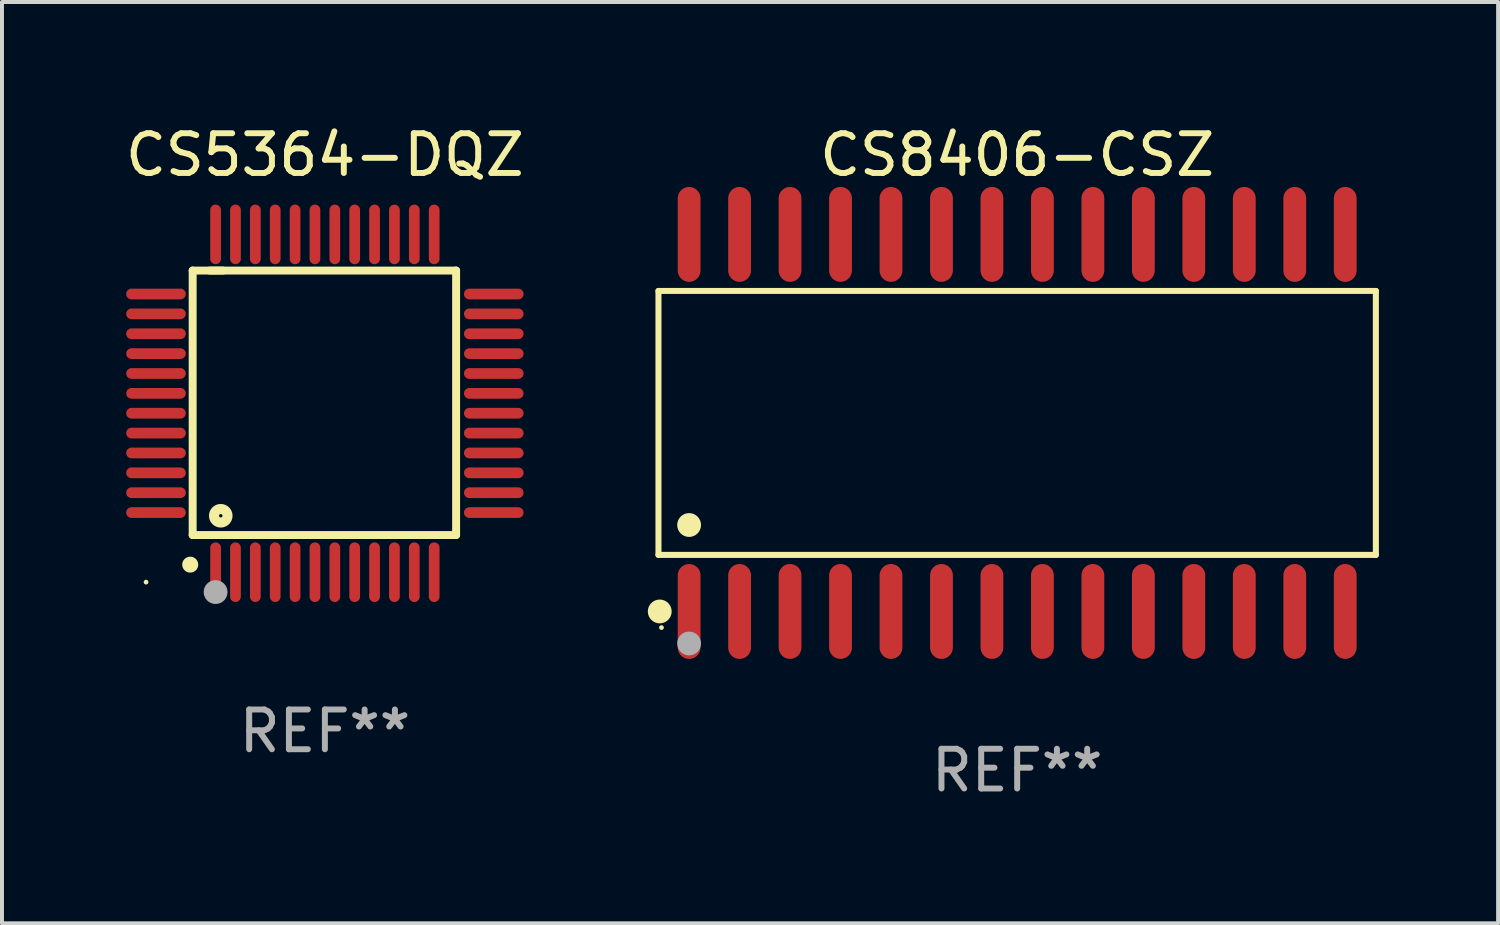
<source format=kicad_pcb>
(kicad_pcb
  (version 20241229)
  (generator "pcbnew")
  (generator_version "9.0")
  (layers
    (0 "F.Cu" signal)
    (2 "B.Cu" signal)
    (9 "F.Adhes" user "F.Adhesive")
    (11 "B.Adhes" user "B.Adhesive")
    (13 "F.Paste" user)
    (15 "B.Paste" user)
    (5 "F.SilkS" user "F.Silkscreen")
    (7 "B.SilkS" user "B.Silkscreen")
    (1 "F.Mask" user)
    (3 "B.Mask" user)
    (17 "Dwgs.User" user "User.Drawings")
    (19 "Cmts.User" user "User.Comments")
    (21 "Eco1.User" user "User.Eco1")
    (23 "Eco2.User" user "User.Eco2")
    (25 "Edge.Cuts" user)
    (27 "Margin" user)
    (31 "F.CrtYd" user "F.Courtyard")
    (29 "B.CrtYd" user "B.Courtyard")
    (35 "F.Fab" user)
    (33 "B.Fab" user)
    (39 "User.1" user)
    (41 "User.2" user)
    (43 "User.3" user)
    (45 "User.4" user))
  (footprint "CS5364-DQZ"
    (layer "F.Cu")
    (at 5.125 7.098)
    (property "Reference" "CS5364-DQZ" (at 0 -6.25 0) (layer "F.SilkS") (effects (font (size 1 1) (thickness 0.15))))
    (attr through_hole)
    (fp_line (start -3.327 -3.34) (end -2.565 -3.34) (stroke (width 0.2) (type solid)) (layer "F.SilkS"))
    (fp_line (start -3.327 3.315) (end -3.327 -3.34) (stroke (width 0.2) (type solid)) (layer "F.SilkS"))
    (fp_line (start -2.896 -3.34) (end 3.302 -3.34) (stroke (width 0.2) (type solid)) (layer "F.SilkS"))
    (fp_line (start 3.302 -3.34) (end 3.302 3.315) (stroke (width 0.2) (type solid)) (layer "F.SilkS"))
    (fp_line (start 3.302 3.315) (end -3.327 3.315) (stroke (width 0.2) (type solid)) (layer "F.SilkS"))
    (fp_arc (start -3.389992 4.059995) (mid -3.388722 4.059991) (end -3.387452 4.059995) (stroke (width 0.4) (type solid)) (layer "F.SilkS"))
    (fp_circle (center -4.5 4.5) (end -4.47 4.5) (stroke (width 0.06) (type solid)) (fill no) (layer "F.SilkS"))
    (fp_circle (center -2.62 2.83) (end -2.45 2.83) (stroke (width 0.254) (type solid)) (fill no) (layer "F.SilkS"))
    (fp_circle (center -2.75 4.75) (end -2.6 4.75) (stroke (width 0.3) (type solid)) (fill no) (layer "F.Fab"))
    (fp_text user "REF**" (at 0 8.25 0) (layer "F.Fab") (effects (font (size 1 1) (thickness 0.15))))
    (pad "1" smd oval (at -2.75 4.25) (size 0.27 1.5) (layers "F.Cu" "F.Mask" "F.Paste"))
    (pad "2" smd oval (at -2.25 4.25) (size 0.27 1.5) (layers "F.Cu" "F.Mask" "F.Paste"))
    (pad "3" smd oval (at -1.75 4.25) (size 0.27 1.5) (layers "F.Cu" "F.Mask" "F.Paste"))
    (pad "4" smd oval (at -1.25 4.25) (size 0.27 1.5) (layers "F.Cu" "F.Mask" "F.Paste"))
    (pad "5" smd oval (at -0.75 4.25) (size 0.27 1.5) (layers "F.Cu" "F.Mask" "F.Paste"))
    (pad "6" smd oval (at -0.25 4.25) (size 0.27 1.5) (layers "F.Cu" "F.Mask" "F.Paste"))
    (pad "7" smd oval (at 0.25 4.25) (size 0.27 1.5) (layers "F.Cu" "F.Mask" "F.Paste"))
    (pad "8" smd oval (at 0.75 4.25) (size 0.27 1.5) (layers "F.Cu" "F.Mask" "F.Paste"))
    (pad "9" smd oval (at 1.25 4.25) (size 0.27 1.5) (layers "F.Cu" "F.Mask" "F.Paste"))
    (pad "10" smd oval (at 1.75 4.25) (size 0.27 1.5) (layers "F.Cu" "F.Mask" "F.Paste"))
    (pad "11" smd oval (at 2.25 4.25) (size 0.27 1.5) (layers "F.Cu" "F.Mask" "F.Paste"))
    (pad "12" smd oval (at 2.75 4.25) (size 0.27 1.5) (layers "F.Cu" "F.Mask" "F.Paste"))
    (pad "13" smd oval (at 4.25 2.75) (size 1.5 0.27) (layers "F.Cu" "F.Mask" "F.Paste"))
    (pad "14" smd oval (at 4.25 2.25) (size 1.5 0.27) (layers "F.Cu" "F.Mask" "F.Paste"))
    (pad "15" smd oval (at 4.25 1.75) (size 1.5 0.27) (layers "F.Cu" "F.Mask" "F.Paste"))
    (pad "16" smd oval (at 4.25 1.25) (size 1.5 0.27) (layers "F.Cu" "F.Mask" "F.Paste"))
    (pad "17" smd oval (at 4.25 0.75) (size 1.5 0.27) (layers "F.Cu" "F.Mask" "F.Paste"))
    (pad "18" smd oval (at 4.25 0.25) (size 1.5 0.27) (layers "F.Cu" "F.Mask" "F.Paste"))
    (pad "19" smd oval (at 4.25 -0.25) (size 1.5 0.27) (layers "F.Cu" "F.Mask" "F.Paste"))
    (pad "20" smd oval (at 4.25 -0.75) (size 1.5 0.27) (layers "F.Cu" "F.Mask" "F.Paste"))
    (pad "21" smd oval (at 4.25 -1.25) (size 1.5 0.27) (layers "F.Cu" "F.Mask" "F.Paste"))
    (pad "22" smd oval (at 4.25 -1.75) (size 1.5 0.27) (layers "F.Cu" "F.Mask" "F.Paste"))
    (pad "23" smd oval (at 4.25 -2.25) (size 1.5 0.27) (layers "F.Cu" "F.Mask" "F.Paste"))
    (pad "24" smd oval (at 4.25 -2.75) (size 1.5 0.27) (layers "F.Cu" "F.Mask" "F.Paste"))
    (pad "25" smd oval (at 2.75 -4.25) (size 0.27 1.5) (layers "F.Cu" "F.Mask" "F.Paste"))
    (pad "26" smd oval (at 2.25 -4.25) (size 0.27 1.5) (layers "F.Cu" "F.Mask" "F.Paste"))
    (pad "27" smd oval (at 1.75 -4.25) (size 0.27 1.5) (layers "F.Cu" "F.Mask" "F.Paste"))
    (pad "28" smd oval (at 1.25 -4.25) (size 0.27 1.5) (layers "F.Cu" "F.Mask" "F.Paste"))
    (pad "29" smd oval (at 0.75 -4.25) (size 0.27 1.5) (layers "F.Cu" "F.Mask" "F.Paste"))
    (pad "30" smd oval (at 0.25 -4.25) (size 0.27 1.5) (layers "F.Cu" "F.Mask" "F.Paste"))
    (pad "31" smd oval (at -0.25 -4.25) (size 0.27 1.5) (layers "F.Cu" "F.Mask" "F.Paste"))
    (pad "32" smd oval (at -0.75 -4.25) (size 0.27 1.5) (layers "F.Cu" "F.Mask" "F.Paste"))
    (pad "33" smd oval (at -1.25 -4.25) (size 0.27 1.5) (layers "F.Cu" "F.Mask" "F.Paste"))
    (pad "34" smd oval (at -1.75 -4.25) (size 0.27 1.5) (layers "F.Cu" "F.Mask" "F.Paste"))
    (pad "35" smd oval (at -2.25 -4.25) (size 0.27 1.5) (layers "F.Cu" "F.Mask" "F.Paste"))
    (pad "36" smd oval (at -2.75 -4.25) (size 0.27 1.5) (layers "F.Cu" "F.Mask" "F.Paste"))
    (pad "37" smd oval (at -4.25 -2.75) (size 1.5 0.27) (layers "F.Cu" "F.Mask" "F.Paste"))
    (pad "38" smd oval (at -4.25 -2.25) (size 1.5 0.27) (layers "F.Cu" "F.Mask" "F.Paste"))
    (pad "39" smd oval (at -4.25 -1.75) (size 1.5 0.27) (layers "F.Cu" "F.Mask" "F.Paste"))
    (pad "40" smd oval (at -4.25 -1.25) (size 1.5 0.27) (layers "F.Cu" "F.Mask" "F.Paste"))
    (pad "41" smd oval (at -4.25 -0.75) (size 1.5 0.27) (layers "F.Cu" "F.Mask" "F.Paste"))
    (pad "42" smd oval (at -4.25 -0.25) (size 1.5 0.27) (layers "F.Cu" "F.Mask" "F.Paste"))
    (pad "43" smd oval (at -4.25 0.25) (size 1.5 0.27) (layers "F.Cu" "F.Mask" "F.Paste"))
    (pad "44" smd oval (at -4.25 0.75) (size 1.5 0.27) (layers "F.Cu" "F.Mask" "F.Paste"))
    (pad "45" smd oval (at -4.25 1.25) (size 1.5 0.27) (layers "F.Cu" "F.Mask" "F.Paste"))
    (pad "46" smd oval (at -4.25 1.75) (size 1.5 0.27) (layers "F.Cu" "F.Mask" "F.Paste"))
    (pad "47" smd oval (at -4.25 2.25) (size 1.5 0.27) (layers "F.Cu" "F.Mask" "F.Paste"))
    (pad "48" smd oval (at -4.25 2.75) (size 1.5 0.27) (layers "F.Cu" "F.Mask" "F.Paste")))
  (footprint "CS8406-CSZ"
    (layer "F.Cu")
    (at 22.545 7.592)
    (property "Reference" "CS8406-CSZ" (at 0 -6.744 0) (layer "F.SilkS") (effects (font (size 1 1) (thickness 0.15))))
    (attr through_hole)
    (fp_line (start -9.026 -3.321) (end 9.026 -3.321) (stroke (width 0.152) (type solid)) (layer "F.SilkS"))
    (fp_line (start -9.026 3.321) (end -9.026 -3.321) (stroke (width 0.152) (type solid)) (layer "F.SilkS"))
    (fp_line (start 9.026 -3.321) (end 9.026 3.321) (stroke (width 0.152) (type solid)) (layer "F.SilkS"))
    (fp_line (start 9.026 3.321) (end -9.026 3.321) (stroke (width 0.152) (type solid)) (layer "F.SilkS"))
    (fp_circle (center -8.994 4.744) (end -8.844 4.744) (stroke (width 0.3) (type solid)) (fill no) (layer "F.SilkS"))
    (fp_circle (center -8.95 5.15) (end -8.92 5.15) (stroke (width 0.06) (type solid)) (fill no) (layer "F.SilkS"))
    (fp_circle (center -8.255 2.569) (end -8.105 2.569) (stroke (width 0.3) (type solid)) (fill no) (layer "F.SilkS"))
    (fp_circle (center -8.255 5.55) (end -8.105 5.55) (stroke (width 0.3) (type solid)) (fill no) (layer "F.Fab"))
    (fp_text user "REF**" (at 0 8.744 0) (layer "F.Fab") (effects (font (size 1 1) (thickness 0.15))))
    (pad "1" smd oval (at -8.255 4.744) (size 0.574 2.388) (layers "F.Cu" "F.Mask" "F.Paste"))
    (pad "2" smd oval (at -6.985 4.744) (size 0.574 2.388) (layers "F.Cu" "F.Mask" "F.Paste"))
    (pad "3" smd oval (at -5.715 4.744) (size 0.574 2.388) (layers "F.Cu" "F.Mask" "F.Paste"))
    (pad "4" smd oval (at -4.445 4.744) (size 0.574 2.388) (layers "F.Cu" "F.Mask" "F.Paste"))
    (pad "5" smd oval (at -3.175 4.744) (size 0.574 2.388) (layers "F.Cu" "F.Mask" "F.Paste"))
    (pad "6" smd oval (at -1.905 4.744) (size 0.574 2.388) (layers "F.Cu" "F.Mask" "F.Paste"))
    (pad "7" smd oval (at -0.635 4.744) (size 0.574 2.388) (layers "F.Cu" "F.Mask" "F.Paste"))
    (pad "8" smd oval (at 0.635 4.744) (size 0.574 2.388) (layers "F.Cu" "F.Mask" "F.Paste"))
    (pad "9" smd oval (at 1.905 4.744) (size 0.574 2.388) (layers "F.Cu" "F.Mask" "F.Paste"))
    (pad "10" smd oval (at 3.175 4.744) (size 0.574 2.388) (layers "F.Cu" "F.Mask" "F.Paste"))
    (pad "11" smd oval (at 4.445 4.744) (size 0.574 2.388) (layers "F.Cu" "F.Mask" "F.Paste"))
    (pad "12" smd oval (at 5.715 4.744) (size 0.574 2.388) (layers "F.Cu" "F.Mask" "F.Paste"))
    (pad "13" smd oval (at 6.985 4.744) (size 0.574 2.388) (layers "F.Cu" "F.Mask" "F.Paste"))
    (pad "14" smd oval (at 8.255 4.744) (size 0.574 2.388) (layers "F.Cu" "F.Mask" "F.Paste"))
    (pad "15" smd oval (at 8.255 -4.744) (size 0.574 2.388) (layers "F.Cu" "F.Mask" "F.Paste"))
    (pad "16" smd oval (at 6.985 -4.744) (size 0.574 2.388) (layers "F.Cu" "F.Mask" "F.Paste"))
    (pad "17" smd oval (at 5.715 -4.744) (size 0.574 2.388) (layers "F.Cu" "F.Mask" "F.Paste"))
    (pad "18" smd oval (at 4.445 -4.744) (size 0.574 2.388) (layers "F.Cu" "F.Mask" "F.Paste"))
    (pad "19" smd oval (at 3.175 -4.744) (size 0.574 2.388) (layers "F.Cu" "F.Mask" "F.Paste"))
    (pad "20" smd oval (at 1.905 -4.744) (size 0.574 2.388) (layers "F.Cu" "F.Mask" "F.Paste"))
    (pad "21" smd oval (at 0.635 -4.744) (size 0.574 2.388) (layers "F.Cu" "F.Mask" "F.Paste"))
    (pad "22" smd oval (at -0.635 -4.744) (size 0.574 2.388) (layers "F.Cu" "F.Mask" "F.Paste"))
    (pad "23" smd oval (at -1.905 -4.744) (size 0.574 2.388) (layers "F.Cu" "F.Mask" "F.Paste"))
    (pad "24" smd oval (at -3.175 -4.744) (size 0.574 2.388) (layers "F.Cu" "F.Mask" "F.Paste"))
    (pad "25" smd oval (at -4.445 -4.744) (size 0.574 2.388) (layers "F.Cu" "F.Mask" "F.Paste"))
    (pad "26" smd oval (at -5.715 -4.744) (size 0.574 2.388) (layers "F.Cu" "F.Mask" "F.Paste"))
    (pad "27" smd oval (at -6.985 -4.744) (size 0.574 2.388) (layers "F.Cu" "F.Mask" "F.Paste"))
    (pad "28" smd oval (at -8.255 -4.744) (size 0.574 2.388) (layers "F.Cu" "F.Mask" "F.Paste")))
  (gr_rect
    (start -3 -3)
    (end 34.647 20.184)
    (stroke (width 0.1) (type default))
    (fill no)
    (layer "Edge.Cuts")))
</source>
